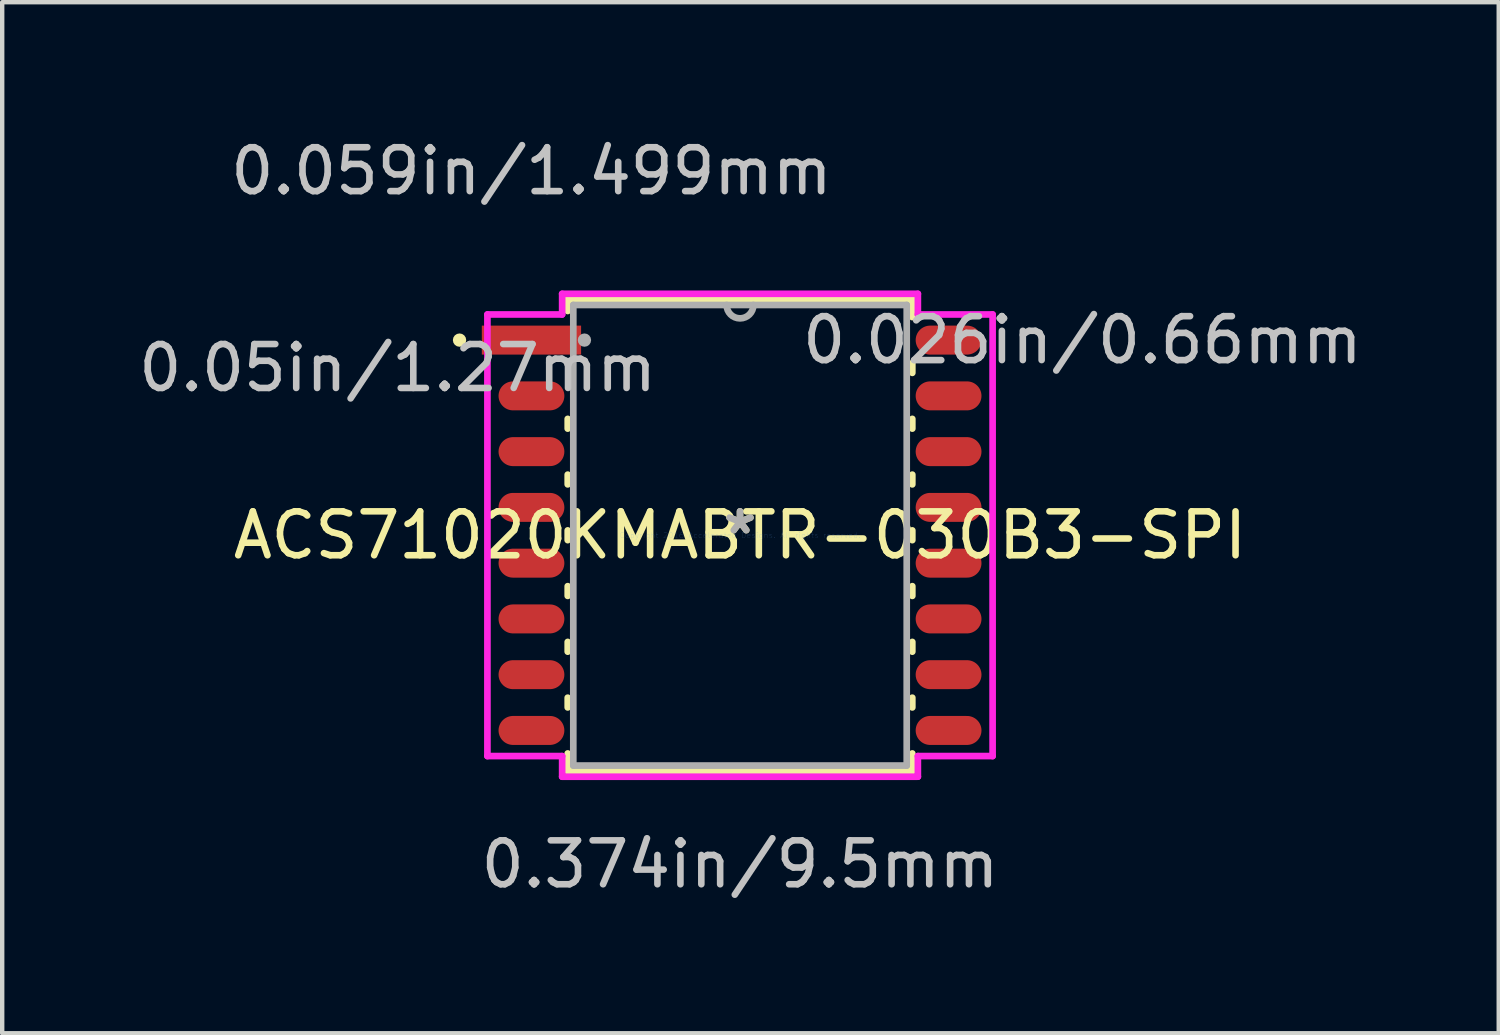
<source format=kicad_pcb>
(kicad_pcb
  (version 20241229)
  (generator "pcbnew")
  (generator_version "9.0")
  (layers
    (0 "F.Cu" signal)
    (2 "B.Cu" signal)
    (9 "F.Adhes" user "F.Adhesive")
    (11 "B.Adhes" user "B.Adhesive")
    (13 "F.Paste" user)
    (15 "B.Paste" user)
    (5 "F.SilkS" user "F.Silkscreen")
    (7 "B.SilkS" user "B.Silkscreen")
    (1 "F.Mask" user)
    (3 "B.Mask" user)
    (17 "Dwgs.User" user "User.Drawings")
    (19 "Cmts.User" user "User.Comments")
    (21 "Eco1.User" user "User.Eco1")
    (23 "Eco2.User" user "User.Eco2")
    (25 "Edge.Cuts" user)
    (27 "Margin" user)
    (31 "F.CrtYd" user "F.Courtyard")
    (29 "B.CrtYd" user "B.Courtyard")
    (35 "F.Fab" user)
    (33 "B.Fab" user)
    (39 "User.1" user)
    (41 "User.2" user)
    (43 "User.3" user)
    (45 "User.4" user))
  (footprint "ACS71020KMABTR-030B3-SPI"
    (layer "F.Cu")
    (at 13.804 9.141)
    (property "Reference" "ACS71020KMABTR-030B3-SPI" (at 0 0 0) (layer "F.SilkS") (effects (font (size 1 1) (thickness 0.15))))
    (attr through_hole)
    (fp_line (start -3.924 -5.372) (end -3.924 -5.108) (stroke (width 0.152) (type solid)) (layer "F.SilkS"))
    (fp_line (start -3.924 -2.651) (end -3.924 -2.429) (stroke (width 0.152) (type solid)) (layer "F.SilkS"))
    (fp_line (start -3.924 -1.381) (end -3.924 -1.159) (stroke (width 0.152) (type solid)) (layer "F.SilkS"))
    (fp_line (start -3.924 -0.111) (end -3.924 0.111) (stroke (width 0.152) (type solid)) (layer "F.SilkS"))
    (fp_line (start -3.924 1.159) (end -3.924 1.381) (stroke (width 0.152) (type solid)) (layer "F.SilkS"))
    (fp_line (start -3.924 2.429) (end -3.924 2.651) (stroke (width 0.152) (type solid)) (layer "F.SilkS"))
    (fp_line (start -3.924 3.699) (end -3.924 3.921) (stroke (width 0.152) (type solid)) (layer "F.SilkS"))
    (fp_line (start -3.924 4.969) (end -3.924 5.372) (stroke (width 0.152) (type solid)) (layer "F.SilkS"))
    (fp_line (start -3.924 5.372) (end 3.924 5.372) (stroke (width 0.152) (type solid)) (layer "F.SilkS"))
    (fp_line (start 3.924 -5.372) (end -3.924 -5.372) (stroke (width 0.152) (type solid)) (layer "F.SilkS"))
    (fp_line (start 3.924 -4.969) (end 3.924 -5.372) (stroke (width 0.152) (type solid)) (layer "F.SilkS"))
    (fp_line (start 3.924 -3.699) (end 3.924 -3.921) (stroke (width 0.152) (type solid)) (layer "F.SilkS"))
    (fp_line (start 3.924 -2.429) (end 3.924 -2.651) (stroke (width 0.152) (type solid)) (layer "F.SilkS"))
    (fp_line (start 3.924 -1.159) (end 3.924 -1.381) (stroke (width 0.152) (type solid)) (layer "F.SilkS"))
    (fp_line (start 3.924 0.111) (end 3.924 -0.111) (stroke (width 0.152) (type solid)) (layer "F.SilkS"))
    (fp_line (start 3.924 1.381) (end 3.924 1.159) (stroke (width 0.152) (type solid)) (layer "F.SilkS"))
    (fp_line (start 3.924 2.651) (end 3.924 2.429) (stroke (width 0.152) (type solid)) (layer "F.SilkS"))
    (fp_line (start 3.924 3.921) (end 3.924 3.699) (stroke (width 0.152) (type solid)) (layer "F.SilkS"))
    (fp_line (start 3.924 5.372) (end 3.924 4.969) (stroke (width 0.152) (type solid)) (layer "F.SilkS"))
    (fp_circle (center -6.388 -4.445) (end -6.312 -4.445) (stroke (width 0.152) (type solid)) (fill no) (layer "F.SilkS"))
    (fp_line (start -5.753 -5.029) (end -4.051 -5.029) (stroke (width 0.152) (type solid)) (layer "F.CrtYd"))
    (fp_line (start -5.753 5.029) (end -5.753 -5.029) (stroke (width 0.152) (type solid)) (layer "F.CrtYd"))
    (fp_line (start -4.051 -5.499) (end 4.051 -5.499) (stroke (width 0.152) (type solid)) (layer "F.CrtYd"))
    (fp_line (start -4.051 -5.029) (end -4.051 -5.499) (stroke (width 0.152) (type solid)) (layer "F.CrtYd"))
    (fp_line (start -4.051 5.029) (end -5.753 5.029) (stroke (width 0.152) (type solid)) (layer "F.CrtYd"))
    (fp_line (start -4.051 5.499) (end -4.051 5.029) (stroke (width 0.152) (type solid)) (layer "F.CrtYd"))
    (fp_line (start 4.051 -5.499) (end 4.051 -5.029) (stroke (width 0.152) (type solid)) (layer "F.CrtYd"))
    (fp_line (start 4.051 -5.029) (end 5.753 -5.029) (stroke (width 0.152) (type solid)) (layer "F.CrtYd"))
    (fp_line (start 4.051 5.029) (end 4.051 5.499) (stroke (width 0.152) (type solid)) (layer "F.CrtYd"))
    (fp_line (start 4.051 5.499) (end -4.051 5.499) (stroke (width 0.152) (type solid)) (layer "F.CrtYd"))
    (fp_line (start 5.753 -5.029) (end 5.753 5.029) (stroke (width 0.152) (type solid)) (layer "F.CrtYd"))
    (fp_line (start 5.753 5.029) (end 4.051 5.029) (stroke (width 0.152) (type solid)) (layer "F.CrtYd"))
    (fp_line (start -3.797 -5.245) (end -3.797 5.245) (stroke (width 0.152) (type solid)) (layer "F.Fab"))
    (fp_line (start -3.797 5.245) (end 3.797 5.245) (stroke (width 0.152) (type solid)) (layer "F.Fab"))
    (fp_line (start 3.797 -5.245) (end -3.797 -5.245) (stroke (width 0.152) (type solid)) (layer "F.Fab"))
    (fp_line (start 3.797 5.245) (end 3.797 -5.245) (stroke (width 0.152) (type solid)) (layer "F.Fab"))
    (fp_arc (start 0.3048 -5.2451) (mid 0 -4.9403) (end -0.3048 -5.2451) (stroke (width 0.1524) (type solid)) (layer "F.Fab"))
    (fp_circle (center -3.543 -4.445) (end -3.467 -4.445) (stroke (width 0.152) (type solid)) (fill no) (layer "F.Fab"))
    (fp_text user "*" (at 0 0 0) (layer "F.SilkS") (effects (font (size 1 1) (thickness 0.15))))
    (fp_text user "0.059in/1.499mm" (at -4.75 -8.293 0) (layer "Dwgs.User") (effects (font (size 1 1) (thickness 0.15))))
    (fp_text user "0.05in/1.27mm" (at -7.798 -3.81 0) (layer "Dwgs.User") (effects (font (size 1 1) (thickness 0.15))))
    (fp_text user "0.026in/0.66mm" (at 7.798 -4.445 0) (layer "Dwgs.User") (effects (font (size 1 1) (thickness 0.15))))
    (fp_text user "0.374in/9.5mm" (at 0 7.493 0) (layer "Dwgs.User") (effects (font (size 1 1) (thickness 0.15))))
    (fp_text user "Copyright 2016 Accelerated Designs. All rights reserved." (at 0 0 0) (layer "Cmts.User") (effects (font (size 0.127 0.127) (thickness 0.002))))
    (fp_text user "*" (at 0 0 0) (layer "F.Fab") (effects (font (size 1 1) (thickness 0.15))))
    (pad "1" smd rect (at -4.75 -4.445) (size 2.261 0.66) (layers "F.Cu" "F.Mask" "F.Paste"))
    (pad "2" smd oval (at -4.75 -3.175) (size 1.499 0.66) (layers "F.Cu" "F.Mask" "F.Paste"))
    (pad "3" smd oval (at -4.75 -1.905) (size 1.499 0.66) (layers "F.Cu" "F.Mask" "F.Paste"))
    (pad "4" smd oval (at -4.75 -0.635) (size 1.499 0.66) (layers "F.Cu" "F.Mask" "F.Paste"))
    (pad "5" smd oval (at -4.75 0.635) (size 1.499 0.66) (layers "F.Cu" "F.Mask" "F.Paste"))
    (pad "6" smd oval (at -4.75 1.905) (size 1.499 0.66) (layers "F.Cu" "F.Mask" "F.Paste"))
    (pad "7" smd oval (at -4.75 3.175) (size 1.499 0.66) (layers "F.Cu" "F.Mask" "F.Paste"))
    (pad "8" smd oval (at -4.75 4.445) (size 1.499 0.66) (layers "F.Cu" "F.Mask" "F.Paste"))
    (pad "9" smd oval (at 4.75 4.445) (size 1.499 0.66) (layers "F.Cu" "F.Mask" "F.Paste"))
    (pad "10" smd oval (at 4.75 3.175) (size 1.499 0.66) (layers "F.Cu" "F.Mask" "F.Paste"))
    (pad "11" smd oval (at 4.75 1.905) (size 1.499 0.66) (layers "F.Cu" "F.Mask" "F.Paste"))
    (pad "12" smd oval (at 4.75 0.635) (size 1.499 0.66) (layers "F.Cu" "F.Mask" "F.Paste"))
    (pad "13" smd oval (at 4.75 -0.635) (size 1.499 0.66) (layers "F.Cu" "F.Mask" "F.Paste"))
    (pad "14" smd oval (at 4.75 -1.905) (size 1.499 0.66) (layers "F.Cu" "F.Mask" "F.Paste"))
    (pad "15" smd oval (at 4.75 -3.175) (size 1.499 0.66) (layers "F.Cu" "F.Mask" "F.Paste"))
    (pad "16" smd oval (at 4.75 -4.445) (size 1.499 0.66) (layers "F.Cu" "F.Mask" "F.Paste")))
  (gr_rect
    (start -3 -3)
    (end 31.084 20.483)
    (stroke (width 0.1) (type default))
    (fill no)
    (layer "Edge.Cuts")))
</source>
